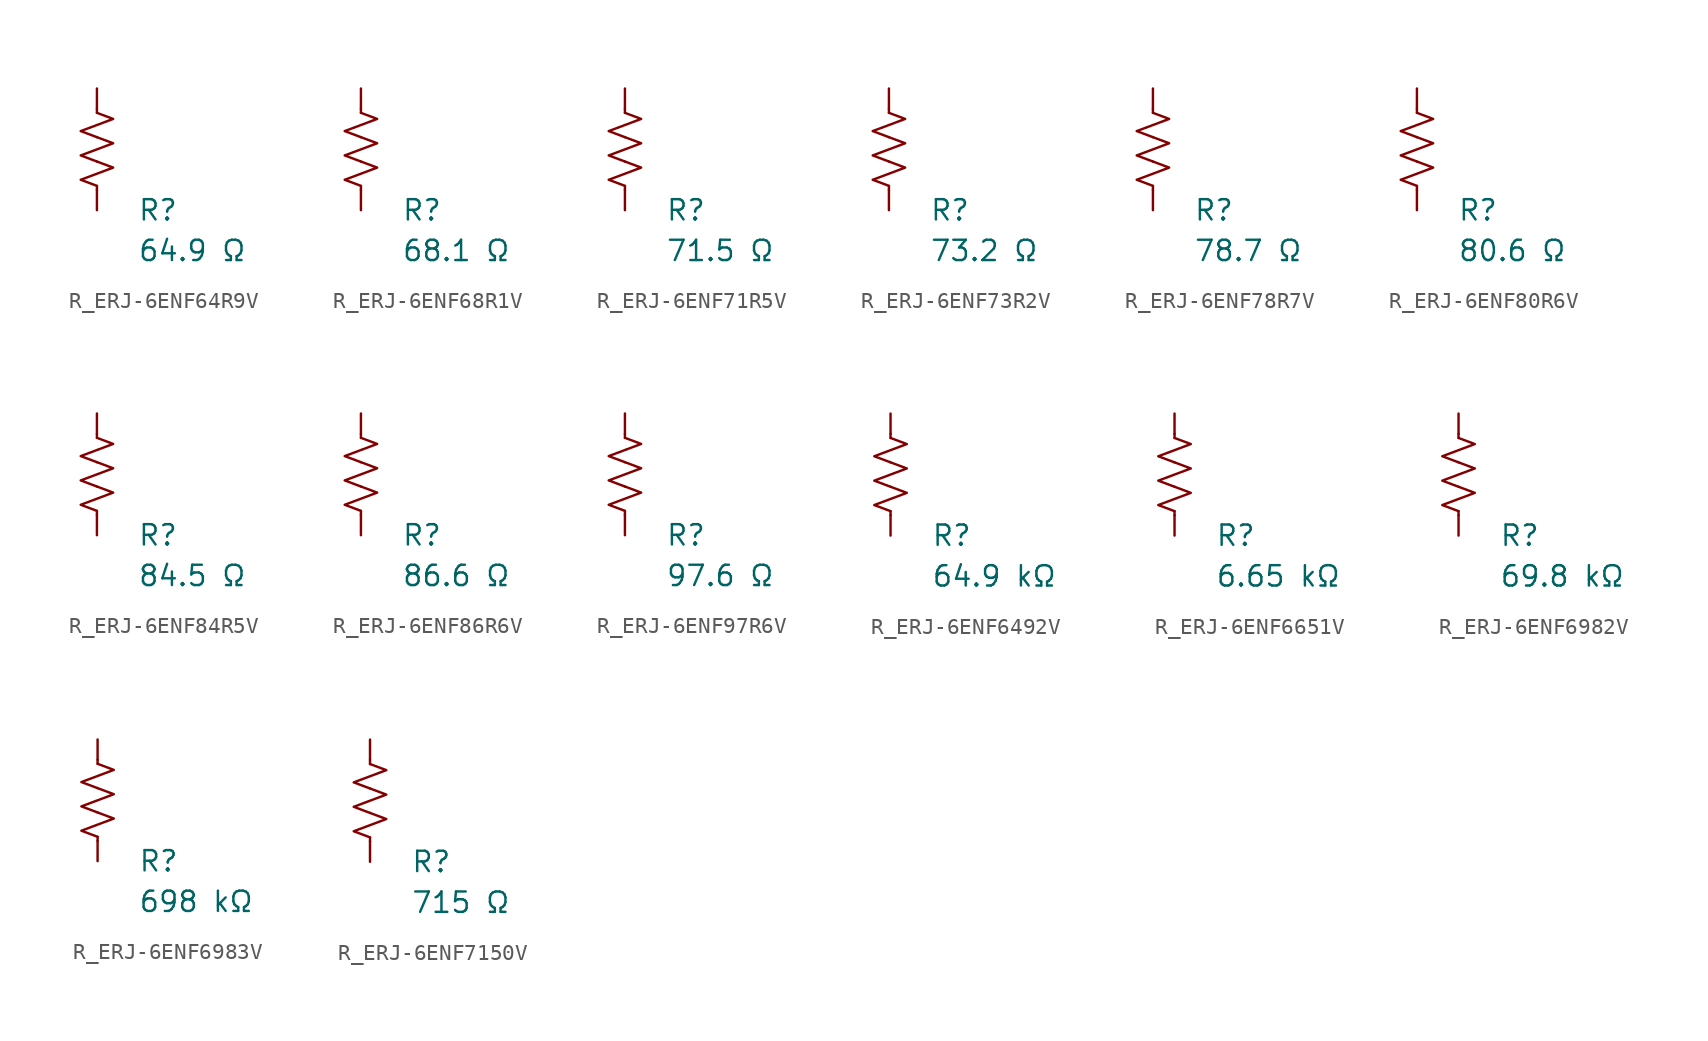
<source format=kicad_sym>
(kicad_symbol_lib
  (version 20231120)
  (generator "kicad_symbol_editor")
  (generator_version "8.0")
  (symbol "R_ERJ-6ENF64R9V"
    (pin_numbers hide)
    (pin_names
      (offset 0))
    (property "Reference" "R"
      (at 2.54 -3.81 0)
      (effects (font (size 1.27 1.27)) (justify left))
      (show_name no))
    (property "Value" "64.9 Ω"
      (at 2.54 -6.35 0)
      (effects (font (size 1.27 1.27)) (justify left))
      (show_name no))
    (symbol "R_ERJ-6ENF64R9V_0_1"
      (polyline (pts (xy 0 -2.286) (xy 0 -2.54)) (stroke (width 0) (type default)) (fill (type none)))
      (polyline (pts (xy 0 2.286) (xy 0 2.54)) (stroke (width 0) (type default)) (fill (type none)))
      (polyline (pts (xy 0 -0.762) (xy 1.016 -1.143) (xy 0 -1.524) (xy -1.016 -1.905) (xy 0 -2.286)) (stroke (width 0) (type default)) (fill (type none)))
      (polyline (pts (xy 0 0.762) (xy 1.016 0.381) (xy 0 0) (xy -1.016 -0.381) (xy 0 -0.762)) (stroke (width 0) (type default)) (fill (type none)))
      (polyline (pts (xy 0 2.286) (xy 1.016 1.905) (xy 0 1.524) (xy -1.016 1.143) (xy 0 0.762)) (stroke (width 0) (type default)) (fill (type none))))
    (symbol "R_ERJ-6ENF64R9V_1_1"
      (pin passive line (at 0 3.81 270) (length 1.27) (name "~" (effects (font (size 1.27 1.27)))) (number "1" (effects (font (size 1.27 1.27)))))
      (pin passive line (at 0 -3.81 90) (length 1.27) (name "~" (effects (font (size 1.27 1.27)))) (number "2" (effects (font (size 1.27 1.27)))))))
  (symbol "R_ERJ-6ENF68R1V"
    (pin_numbers hide)
    (pin_names
      (offset 0))
    (property "Reference" "R"
      (at 2.54 -3.81 0)
      (effects (font (size 1.27 1.27)) (justify left))
      (show_name no))
    (property "Value" "68.1 Ω"
      (at 2.54 -6.35 0)
      (effects (font (size 1.27 1.27)) (justify left))
      (show_name no))
    (symbol "R_ERJ-6ENF68R1V_0_1"
      (polyline (pts (xy 0 -2.286) (xy 0 -2.54)) (stroke (width 0) (type default)) (fill (type none)))
      (polyline (pts (xy 0 2.286) (xy 0 2.54)) (stroke (width 0) (type default)) (fill (type none)))
      (polyline (pts (xy 0 -0.762) (xy 1.016 -1.143) (xy 0 -1.524) (xy -1.016 -1.905) (xy 0 -2.286)) (stroke (width 0) (type default)) (fill (type none)))
      (polyline (pts (xy 0 0.762) (xy 1.016 0.381) (xy 0 0) (xy -1.016 -0.381) (xy 0 -0.762)) (stroke (width 0) (type default)) (fill (type none)))
      (polyline (pts (xy 0 2.286) (xy 1.016 1.905) (xy 0 1.524) (xy -1.016 1.143) (xy 0 0.762)) (stroke (width 0) (type default)) (fill (type none))))
    (symbol "R_ERJ-6ENF68R1V_1_1"
      (pin passive line (at 0 3.81 270) (length 1.27) (name "~" (effects (font (size 1.27 1.27)))) (number "1" (effects (font (size 1.27 1.27)))))
      (pin passive line (at 0 -3.81 90) (length 1.27) (name "~" (effects (font (size 1.27 1.27)))) (number "2" (effects (font (size 1.27 1.27)))))))
  (symbol "R_ERJ-6ENF71R5V"
    (pin_numbers hide)
    (pin_names
      (offset 0))
    (property "Reference" "R"
      (at 2.54 -3.81 0)
      (effects (font (size 1.27 1.27)) (justify left))
      (show_name no))
    (property "Value" "71.5 Ω"
      (at 2.54 -6.35 0)
      (effects (font (size 1.27 1.27)) (justify left))
      (show_name no))
    (symbol "R_ERJ-6ENF71R5V_0_1"
      (polyline (pts (xy 0 -2.286) (xy 0 -2.54)) (stroke (width 0) (type default)) (fill (type none)))
      (polyline (pts (xy 0 2.286) (xy 0 2.54)) (stroke (width 0) (type default)) (fill (type none)))
      (polyline (pts (xy 0 -0.762) (xy 1.016 -1.143) (xy 0 -1.524) (xy -1.016 -1.905) (xy 0 -2.286)) (stroke (width 0) (type default)) (fill (type none)))
      (polyline (pts (xy 0 0.762) (xy 1.016 0.381) (xy 0 0) (xy -1.016 -0.381) (xy 0 -0.762)) (stroke (width 0) (type default)) (fill (type none)))
      (polyline (pts (xy 0 2.286) (xy 1.016 1.905) (xy 0 1.524) (xy -1.016 1.143) (xy 0 0.762)) (stroke (width 0) (type default)) (fill (type none))))
    (symbol "R_ERJ-6ENF71R5V_1_1"
      (pin passive line (at 0 3.81 270) (length 1.27) (name "~" (effects (font (size 1.27 1.27)))) (number "1" (effects (font (size 1.27 1.27)))))
      (pin passive line (at 0 -3.81 90) (length 1.27) (name "~" (effects (font (size 1.27 1.27)))) (number "2" (effects (font (size 1.27 1.27)))))))
  (symbol "R_ERJ-6ENF73R2V"
    (pin_numbers hide)
    (pin_names
      (offset 0))
    (property "Reference" "R"
      (at 2.54 -3.81 0)
      (effects (font (size 1.27 1.27)) (justify left))
      (show_name no))
    (property "Value" "73.2 Ω"
      (at 2.54 -6.35 0)
      (effects (font (size 1.27 1.27)) (justify left))
      (show_name no))
    (symbol "R_ERJ-6ENF73R2V_0_1"
      (polyline (pts (xy 0 -2.286) (xy 0 -2.54)) (stroke (width 0) (type default)) (fill (type none)))
      (polyline (pts (xy 0 2.286) (xy 0 2.54)) (stroke (width 0) (type default)) (fill (type none)))
      (polyline (pts (xy 0 -0.762) (xy 1.016 -1.143) (xy 0 -1.524) (xy -1.016 -1.905) (xy 0 -2.286)) (stroke (width 0) (type default)) (fill (type none)))
      (polyline (pts (xy 0 0.762) (xy 1.016 0.381) (xy 0 0) (xy -1.016 -0.381) (xy 0 -0.762)) (stroke (width 0) (type default)) (fill (type none)))
      (polyline (pts (xy 0 2.286) (xy 1.016 1.905) (xy 0 1.524) (xy -1.016 1.143) (xy 0 0.762)) (stroke (width 0) (type default)) (fill (type none))))
    (symbol "R_ERJ-6ENF73R2V_1_1"
      (pin passive line (at 0 3.81 270) (length 1.27) (name "~" (effects (font (size 1.27 1.27)))) (number "1" (effects (font (size 1.27 1.27)))))
      (pin passive line (at 0 -3.81 90) (length 1.27) (name "~" (effects (font (size 1.27 1.27)))) (number "2" (effects (font (size 1.27 1.27)))))))
  (symbol "R_ERJ-6ENF78R7V"
    (pin_numbers hide)
    (pin_names
      (offset 0))
    (property "Reference" "R"
      (at 2.54 -3.81 0)
      (effects (font (size 1.27 1.27)) (justify left))
      (show_name no))
    (property "Value" "78.7 Ω"
      (at 2.54 -6.35 0)
      (effects (font (size 1.27 1.27)) (justify left))
      (show_name no))
    (symbol "R_ERJ-6ENF78R7V_0_1"
      (polyline (pts (xy 0 -2.286) (xy 0 -2.54)) (stroke (width 0) (type default)) (fill (type none)))
      (polyline (pts (xy 0 2.286) (xy 0 2.54)) (stroke (width 0) (type default)) (fill (type none)))
      (polyline (pts (xy 0 -0.762) (xy 1.016 -1.143) (xy 0 -1.524) (xy -1.016 -1.905) (xy 0 -2.286)) (stroke (width 0) (type default)) (fill (type none)))
      (polyline (pts (xy 0 0.762) (xy 1.016 0.381) (xy 0 0) (xy -1.016 -0.381) (xy 0 -0.762)) (stroke (width 0) (type default)) (fill (type none)))
      (polyline (pts (xy 0 2.286) (xy 1.016 1.905) (xy 0 1.524) (xy -1.016 1.143) (xy 0 0.762)) (stroke (width 0) (type default)) (fill (type none))))
    (symbol "R_ERJ-6ENF78R7V_1_1"
      (pin passive line (at 0 3.81 270) (length 1.27) (name "~" (effects (font (size 1.27 1.27)))) (number "1" (effects (font (size 1.27 1.27)))))
      (pin passive line (at 0 -3.81 90) (length 1.27) (name "~" (effects (font (size 1.27 1.27)))) (number "2" (effects (font (size 1.27 1.27)))))))
  (symbol "R_ERJ-6ENF80R6V"
    (pin_numbers hide)
    (pin_names
      (offset 0))
    (property "Reference" "R"
      (at 2.54 -3.81 0)
      (effects (font (size 1.27 1.27)) (justify left))
      (show_name no))
    (property "Value" "80.6 Ω"
      (at 2.54 -6.35 0)
      (effects (font (size 1.27 1.27)) (justify left))
      (show_name no))
    (symbol "R_ERJ-6ENF80R6V_0_1"
      (polyline (pts (xy 0 -2.286) (xy 0 -2.54)) (stroke (width 0) (type default)) (fill (type none)))
      (polyline (pts (xy 0 2.286) (xy 0 2.54)) (stroke (width 0) (type default)) (fill (type none)))
      (polyline (pts (xy 0 -0.762) (xy 1.016 -1.143) (xy 0 -1.524) (xy -1.016 -1.905) (xy 0 -2.286)) (stroke (width 0) (type default)) (fill (type none)))
      (polyline (pts (xy 0 0.762) (xy 1.016 0.381) (xy 0 0) (xy -1.016 -0.381) (xy 0 -0.762)) (stroke (width 0) (type default)) (fill (type none)))
      (polyline (pts (xy 0 2.286) (xy 1.016 1.905) (xy 0 1.524) (xy -1.016 1.143) (xy 0 0.762)) (stroke (width 0) (type default)) (fill (type none))))
    (symbol "R_ERJ-6ENF80R6V_1_1"
      (pin passive line (at 0 3.81 270) (length 1.27) (name "~" (effects (font (size 1.27 1.27)))) (number "1" (effects (font (size 1.27 1.27)))))
      (pin passive line (at 0 -3.81 90) (length 1.27) (name "~" (effects (font (size 1.27 1.27)))) (number "2" (effects (font (size 1.27 1.27)))))))
  (symbol "R_ERJ-6ENF84R5V"
    (pin_numbers hide)
    (pin_names
      (offset 0))
    (property "Reference" "R"
      (at 2.54 -3.81 0)
      (effects (font (size 1.27 1.27)) (justify left))
      (show_name no))
    (property "Value" "84.5 Ω"
      (at 2.54 -6.35 0)
      (effects (font (size 1.27 1.27)) (justify left))
      (show_name no))
    (symbol "R_ERJ-6ENF84R5V_0_1"
      (polyline (pts (xy 0 -2.286) (xy 0 -2.54)) (stroke (width 0) (type default)) (fill (type none)))
      (polyline (pts (xy 0 2.286) (xy 0 2.54)) (stroke (width 0) (type default)) (fill (type none)))
      (polyline (pts (xy 0 -0.762) (xy 1.016 -1.143) (xy 0 -1.524) (xy -1.016 -1.905) (xy 0 -2.286)) (stroke (width 0) (type default)) (fill (type none)))
      (polyline (pts (xy 0 0.762) (xy 1.016 0.381) (xy 0 0) (xy -1.016 -0.381) (xy 0 -0.762)) (stroke (width 0) (type default)) (fill (type none)))
      (polyline (pts (xy 0 2.286) (xy 1.016 1.905) (xy 0 1.524) (xy -1.016 1.143) (xy 0 0.762)) (stroke (width 0) (type default)) (fill (type none))))
    (symbol "R_ERJ-6ENF84R5V_1_1"
      (pin passive line (at 0 3.81 270) (length 1.27) (name "~" (effects (font (size 1.27 1.27)))) (number "1" (effects (font (size 1.27 1.27)))))
      (pin passive line (at 0 -3.81 90) (length 1.27) (name "~" (effects (font (size 1.27 1.27)))) (number "2" (effects (font (size 1.27 1.27)))))))
  (symbol "R_ERJ-6ENF86R6V"
    (pin_numbers hide)
    (pin_names
      (offset 0))
    (property "Reference" "R"
      (at 2.54 -3.81 0)
      (effects (font (size 1.27 1.27)) (justify left))
      (show_name no))
    (property "Value" "86.6 Ω"
      (at 2.54 -6.35 0)
      (effects (font (size 1.27 1.27)) (justify left))
      (show_name no))
    (symbol "R_ERJ-6ENF86R6V_0_1"
      (polyline (pts (xy 0 -2.286) (xy 0 -2.54)) (stroke (width 0) (type default)) (fill (type none)))
      (polyline (pts (xy 0 2.286) (xy 0 2.54)) (stroke (width 0) (type default)) (fill (type none)))
      (polyline (pts (xy 0 -0.762) (xy 1.016 -1.143) (xy 0 -1.524) (xy -1.016 -1.905) (xy 0 -2.286)) (stroke (width 0) (type default)) (fill (type none)))
      (polyline (pts (xy 0 0.762) (xy 1.016 0.381) (xy 0 0) (xy -1.016 -0.381) (xy 0 -0.762)) (stroke (width 0) (type default)) (fill (type none)))
      (polyline (pts (xy 0 2.286) (xy 1.016 1.905) (xy 0 1.524) (xy -1.016 1.143) (xy 0 0.762)) (stroke (width 0) (type default)) (fill (type none))))
    (symbol "R_ERJ-6ENF86R6V_1_1"
      (pin passive line (at 0 3.81 270) (length 1.27) (name "~" (effects (font (size 1.27 1.27)))) (number "1" (effects (font (size 1.27 1.27)))))
      (pin passive line (at 0 -3.81 90) (length 1.27) (name "~" (effects (font (size 1.27 1.27)))) (number "2" (effects (font (size 1.27 1.27)))))))
  (symbol "R_ERJ-6ENF97R6V"
    (pin_numbers hide)
    (pin_names
      (offset 0))
    (property "Reference" "R"
      (at 2.54 -3.81 0)
      (effects (font (size 1.27 1.27)) (justify left))
      (show_name no))
    (property "Value" "97.6 Ω"
      (at 2.54 -6.35 0)
      (effects (font (size 1.27 1.27)) (justify left))
      (show_name no))
    (symbol "R_ERJ-6ENF97R6V_0_1"
      (polyline (pts (xy 0 -2.286) (xy 0 -2.54)) (stroke (width 0) (type default)) (fill (type none)))
      (polyline (pts (xy 0 2.286) (xy 0 2.54)) (stroke (width 0) (type default)) (fill (type none)))
      (polyline (pts (xy 0 -0.762) (xy 1.016 -1.143) (xy 0 -1.524) (xy -1.016 -1.905) (xy 0 -2.286)) (stroke (width 0) (type default)) (fill (type none)))
      (polyline (pts (xy 0 0.762) (xy 1.016 0.381) (xy 0 0) (xy -1.016 -0.381) (xy 0 -0.762)) (stroke (width 0) (type default)) (fill (type none)))
      (polyline (pts (xy 0 2.286) (xy 1.016 1.905) (xy 0 1.524) (xy -1.016 1.143) (xy 0 0.762)) (stroke (width 0) (type default)) (fill (type none))))
    (symbol "R_ERJ-6ENF97R6V_1_1"
      (pin passive line (at 0 3.81 270) (length 1.27) (name "~" (effects (font (size 1.27 1.27)))) (number "1" (effects (font (size 1.27 1.27)))))
      (pin passive line (at 0 -3.81 90) (length 1.27) (name "~" (effects (font (size 1.27 1.27)))) (number "2" (effects (font (size 1.27 1.27)))))))
  (symbol "R_ERJ-6ENF6492V"
    (pin_numbers hide)
    (pin_names
      (offset 0))
    (property "Reference" "R"
      (at 2.54 -3.81 0)
      (effects (font (size 1.27 1.27)) (justify left))
      (show_name no))
    (property "Value" "64.9 kΩ"
      (at 2.54 -6.35 0)
      (effects (font (size 1.27 1.27)) (justify left))
      (show_name no))
    (symbol "R_ERJ-6ENF6492V_0_1"
      (polyline (pts (xy 0 -2.286) (xy 0 -2.54)) (stroke (width 0) (type default)) (fill (type none)))
      (polyline (pts (xy 0 2.286) (xy 0 2.54)) (stroke (width 0) (type default)) (fill (type none)))
      (polyline (pts (xy 0 -0.762) (xy 1.016 -1.143) (xy 0 -1.524) (xy -1.016 -1.905) (xy 0 -2.286)) (stroke (width 0) (type default)) (fill (type none)))
      (polyline (pts (xy 0 0.762) (xy 1.016 0.381) (xy 0 0) (xy -1.016 -0.381) (xy 0 -0.762)) (stroke (width 0) (type default)) (fill (type none)))
      (polyline (pts (xy 0 2.286) (xy 1.016 1.905) (xy 0 1.524) (xy -1.016 1.143) (xy 0 0.762)) (stroke (width 0) (type default)) (fill (type none))))
    (symbol "R_ERJ-6ENF6492V_1_1"
      (pin passive line (at 0 3.81 270) (length 1.27) (name "~" (effects (font (size 1.27 1.27)))) (number "1" (effects (font (size 1.27 1.27)))))
      (pin passive line (at 0 -3.81 90) (length 1.27) (name "~" (effects (font (size 1.27 1.27)))) (number "2" (effects (font (size 1.27 1.27)))))))
  (symbol "R_ERJ-6ENF6651V"
    (pin_numbers hide)
    (pin_names
      (offset 0))
    (property "Reference" "R"
      (at 2.54 -3.81 0)
      (effects (font (size 1.27 1.27)) (justify left))
      (show_name no))
    (property "Value" "6.65 kΩ"
      (at 2.54 -6.35 0)
      (effects (font (size 1.27 1.27)) (justify left))
      (show_name no))
    (symbol "R_ERJ-6ENF6651V_0_1"
      (polyline (pts (xy 0 -2.286) (xy 0 -2.54)) (stroke (width 0) (type default)) (fill (type none)))
      (polyline (pts (xy 0 2.286) (xy 0 2.54)) (stroke (width 0) (type default)) (fill (type none)))
      (polyline (pts (xy 0 -0.762) (xy 1.016 -1.143) (xy 0 -1.524) (xy -1.016 -1.905) (xy 0 -2.286)) (stroke (width 0) (type default)) (fill (type none)))
      (polyline (pts (xy 0 0.762) (xy 1.016 0.381) (xy 0 0) (xy -1.016 -0.381) (xy 0 -0.762)) (stroke (width 0) (type default)) (fill (type none)))
      (polyline (pts (xy 0 2.286) (xy 1.016 1.905) (xy 0 1.524) (xy -1.016 1.143) (xy 0 0.762)) (stroke (width 0) (type default)) (fill (type none))))
    (symbol "R_ERJ-6ENF6651V_1_1"
      (pin passive line (at 0 3.81 270) (length 1.27) (name "~" (effects (font (size 1.27 1.27)))) (number "1" (effects (font (size 1.27 1.27)))))
      (pin passive line (at 0 -3.81 90) (length 1.27) (name "~" (effects (font (size 1.27 1.27)))) (number "2" (effects (font (size 1.27 1.27)))))))
  (symbol "R_ERJ-6ENF6982V"
    (pin_numbers hide)
    (pin_names
      (offset 0))
    (property "Reference" "R"
      (at 2.54 -3.81 0)
      (effects (font (size 1.27 1.27)) (justify left))
      (show_name no))
    (property "Value" "69.8 kΩ"
      (at 2.54 -6.35 0)
      (effects (font (size 1.27 1.27)) (justify left))
      (show_name no))
    (symbol "R_ERJ-6ENF6982V_0_1"
      (polyline (pts (xy 0 -2.286) (xy 0 -2.54)) (stroke (width 0) (type default)) (fill (type none)))
      (polyline (pts (xy 0 2.286) (xy 0 2.54)) (stroke (width 0) (type default)) (fill (type none)))
      (polyline (pts (xy 0 -0.762) (xy 1.016 -1.143) (xy 0 -1.524) (xy -1.016 -1.905) (xy 0 -2.286)) (stroke (width 0) (type default)) (fill (type none)))
      (polyline (pts (xy 0 0.762) (xy 1.016 0.381) (xy 0 0) (xy -1.016 -0.381) (xy 0 -0.762)) (stroke (width 0) (type default)) (fill (type none)))
      (polyline (pts (xy 0 2.286) (xy 1.016 1.905) (xy 0 1.524) (xy -1.016 1.143) (xy 0 0.762)) (stroke (width 0) (type default)) (fill (type none))))
    (symbol "R_ERJ-6ENF6982V_1_1"
      (pin passive line (at 0 3.81 270) (length 1.27) (name "~" (effects (font (size 1.27 1.27)))) (number "1" (effects (font (size 1.27 1.27)))))
      (pin passive line (at 0 -3.81 90) (length 1.27) (name "~" (effects (font (size 1.27 1.27)))) (number "2" (effects (font (size 1.27 1.27)))))))
  (symbol "R_ERJ-6ENF6983V"
    (pin_numbers hide)
    (pin_names
      (offset 0))
    (property "Reference" "R"
      (at 2.54 -3.81 0)
      (effects (font (size 1.27 1.27)) (justify left))
      (show_name no))
    (property "Value" "698 kΩ"
      (at 2.54 -6.35 0)
      (effects (font (size 1.27 1.27)) (justify left))
      (show_name no))
    (symbol "R_ERJ-6ENF6983V_0_1"
      (polyline (pts (xy 0 -2.286) (xy 0 -2.54)) (stroke (width 0) (type default)) (fill (type none)))
      (polyline (pts (xy 0 2.286) (xy 0 2.54)) (stroke (width 0) (type default)) (fill (type none)))
      (polyline (pts (xy 0 -0.762) (xy 1.016 -1.143) (xy 0 -1.524) (xy -1.016 -1.905) (xy 0 -2.286)) (stroke (width 0) (type default)) (fill (type none)))
      (polyline (pts (xy 0 0.762) (xy 1.016 0.381) (xy 0 0) (xy -1.016 -0.381) (xy 0 -0.762)) (stroke (width 0) (type default)) (fill (type none)))
      (polyline (pts (xy 0 2.286) (xy 1.016 1.905) (xy 0 1.524) (xy -1.016 1.143) (xy 0 0.762)) (stroke (width 0) (type default)) (fill (type none))))
    (symbol "R_ERJ-6ENF6983V_1_1"
      (pin passive line (at 0 3.81 270) (length 1.27) (name "~" (effects (font (size 1.27 1.27)))) (number "1" (effects (font (size 1.27 1.27)))))
      (pin passive line (at 0 -3.81 90) (length 1.27) (name "~" (effects (font (size 1.27 1.27)))) (number "2" (effects (font (size 1.27 1.27)))))))
  (symbol "R_ERJ-6ENF7150V"
    (pin_numbers hide)
    (pin_names
      (offset 0))
    (property "Reference" "R"
      (at 2.54 -3.81 0)
      (effects (font (size 1.27 1.27)) (justify left))
      (show_name no))
    (property "Value" "715 Ω"
      (at 2.54 -6.35 0)
      (effects (font (size 1.27 1.27)) (justify left))
      (show_name no))
    (symbol "R_ERJ-6ENF7150V_0_1"
      (polyline (pts (xy 0 -2.286) (xy 0 -2.54)) (stroke (width 0) (type default)) (fill (type none)))
      (polyline (pts (xy 0 2.286) (xy 0 2.54)) (stroke (width 0) (type default)) (fill (type none)))
      (polyline (pts (xy 0 -0.762) (xy 1.016 -1.143) (xy 0 -1.524) (xy -1.016 -1.905) (xy 0 -2.286)) (stroke (width 0) (type default)) (fill (type none)))
      (polyline (pts (xy 0 0.762) (xy 1.016 0.381) (xy 0 0) (xy -1.016 -0.381) (xy 0 -0.762)) (stroke (width 0) (type default)) (fill (type none)))
      (polyline (pts (xy 0 2.286) (xy 1.016 1.905) (xy 0 1.524) (xy -1.016 1.143) (xy 0 0.762)) (stroke (width 0) (type default)) (fill (type none))))
    (symbol "R_ERJ-6ENF7150V_1_1"
      (pin passive line (at 0 3.81 270) (length 1.27) (name "~" (effects (font (size 1.27 1.27)))) (number "1" (effects (font (size 1.27 1.27)))))
      (pin passive line (at 0 -3.81 90) (length 1.27) (name "~" (effects (font (size 1.27 1.27)))) (number "2" (effects (font (size 1.27 1.27))))))))
</source>
